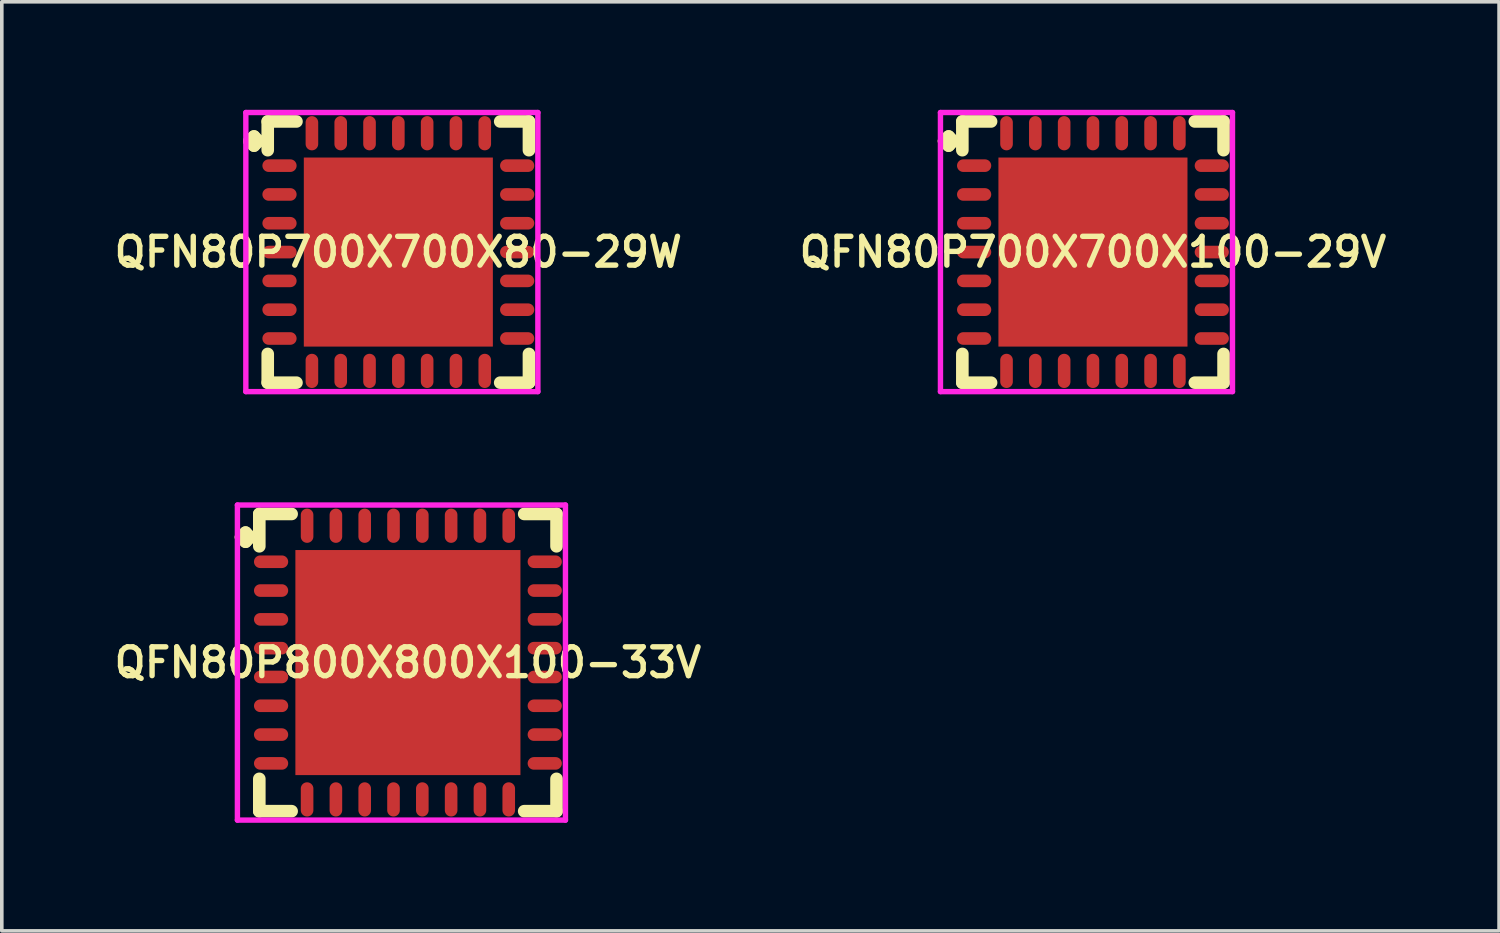
<source format=kicad_pcb>
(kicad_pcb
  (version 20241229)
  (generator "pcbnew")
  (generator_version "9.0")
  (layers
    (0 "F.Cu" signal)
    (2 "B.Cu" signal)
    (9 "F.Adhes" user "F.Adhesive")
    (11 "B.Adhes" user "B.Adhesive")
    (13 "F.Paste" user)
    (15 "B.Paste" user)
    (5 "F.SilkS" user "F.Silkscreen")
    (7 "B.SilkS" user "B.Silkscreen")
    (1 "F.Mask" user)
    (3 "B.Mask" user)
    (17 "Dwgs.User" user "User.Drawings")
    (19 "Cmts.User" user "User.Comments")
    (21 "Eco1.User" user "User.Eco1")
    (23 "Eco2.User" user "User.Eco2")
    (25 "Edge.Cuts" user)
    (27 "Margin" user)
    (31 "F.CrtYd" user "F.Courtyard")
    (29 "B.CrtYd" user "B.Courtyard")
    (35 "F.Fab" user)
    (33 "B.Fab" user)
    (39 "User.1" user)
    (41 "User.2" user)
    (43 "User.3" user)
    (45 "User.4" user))
  (footprint "QFN80P700X700X80-29W"
    (layer "F.Cu")
    (at 8.012 3.95)
    (property "Reference" "QFN80P700X700X80-29W" (at 0 0 0) (layer "F.SilkS") (effects (font (size 0.8 0.8) (thickness 0.15))))
    (attr smd)
    (fp_line (start -4.135 -3.083) (end -4.008 -3.21) (stroke (width 0.35) (type solid)) (layer "F.SilkS"))
    (fp_line (start -4.008 -3.21) (end -3.881 -3.083) (stroke (width 0.35) (type solid)) (layer "F.SilkS"))
    (fp_line (start -4.008 -2.956) (end -4.135 -3.083) (stroke (width 0.35) (type solid)) (layer "F.SilkS"))
    (fp_line (start -3.881 -3.083) (end -4.008 -2.956) (stroke (width 0.35) (type solid)) (layer "F.SilkS"))
    (fp_line (start -3.627 -3.627) (end -2.829 -3.627) (stroke (width 0.35) (type solid)) (layer "F.SilkS"))
    (fp_line (start -3.627 -2.829) (end -3.627 -3.627) (stroke (width 0.35) (type solid)) (layer "F.SilkS"))
    (fp_line (start -3.627 2.829) (end -3.627 3.627) (stroke (width 0.35) (type solid)) (layer "F.SilkS"))
    (fp_line (start -3.627 3.627) (end -2.829 3.627) (stroke (width 0.35) (type solid)) (layer "F.SilkS"))
    (fp_line (start 2.829 -3.627) (end 3.627 -3.627) (stroke (width 0.35) (type solid)) (layer "F.SilkS"))
    (fp_line (start 2.829 3.627) (end 3.627 3.627) (stroke (width 0.35) (type solid)) (layer "F.SilkS"))
    (fp_line (start 3.627 -3.627) (end 3.627 -2.829) (stroke (width 0.35) (type solid)) (layer "F.SilkS"))
    (fp_line (start 3.627 3.627) (end 3.627 2.829) (stroke (width 0.35) (type solid)) (layer "F.SilkS"))
    (fp_line (start -4.235 -3.875) (end 3.875 -3.875) (stroke (width 0.15) (type solid)) (layer "F.CrtYd"))
    (fp_line (start -4.235 3.875) (end -4.235 -3.875) (stroke (width 0.15) (type solid)) (layer "F.CrtYd"))
    (fp_line (start 3.875 -3.875) (end 3.875 3.875) (stroke (width 0.15) (type solid)) (layer "F.CrtYd"))
    (fp_line (start 3.875 3.875) (end -4.235 3.875) (stroke (width 0.15) (type solid)) (layer "F.CrtYd"))
    (pad "1" smd oval (at -3.3 -2.4) (size 0.95 0.35) (layers "F.Cu" "F.Mask" "F.Paste"))
    (pad "2" smd oval (at -3.3 -1.6) (size 0.95 0.35) (layers "F.Cu" "F.Mask" "F.Paste"))
    (pad "3" smd oval (at -3.3 -0.8) (size 0.95 0.35) (layers "F.Cu" "F.Mask" "F.Paste"))
    (pad "4" smd oval (at -3.3 0) (size 0.95 0.35) (layers "F.Cu" "F.Mask" "F.Paste"))
    (pad "5" smd oval (at -3.3 0.8) (size 0.95 0.35) (layers "F.Cu" "F.Mask" "F.Paste"))
    (pad "6" smd oval (at -3.3 1.6) (size 0.95 0.35) (layers "F.Cu" "F.Mask" "F.Paste"))
    (pad "7" smd oval (at -3.3 2.4) (size 0.95 0.35) (layers "F.Cu" "F.Mask" "F.Paste"))
    (pad "8" smd oval (at -2.4 3.3) (size 0.35 0.95) (layers "F.Cu" "F.Mask" "F.Paste"))
    (pad "9" smd oval (at -1.6 3.3) (size 0.35 0.95) (layers "F.Cu" "F.Mask" "F.Paste"))
    (pad "10" smd oval (at -0.8 3.3) (size 0.35 0.95) (layers "F.Cu" "F.Mask" "F.Paste"))
    (pad "11" smd oval (at 0 3.3) (size 0.35 0.95) (layers "F.Cu" "F.Mask" "F.Paste"))
    (pad "12" smd oval (at 0.8 3.3) (size 0.35 0.95) (layers "F.Cu" "F.Mask" "F.Paste"))
    (pad "13" smd oval (at 1.6 3.3) (size 0.35 0.95) (layers "F.Cu" "F.Mask" "F.Paste"))
    (pad "14" smd oval (at 2.4 3.3) (size 0.35 0.95) (layers "F.Cu" "F.Mask" "F.Paste"))
    (pad "15" smd oval (at 3.3 2.4) (size 0.95 0.35) (layers "F.Cu" "F.Mask" "F.Paste"))
    (pad "16" smd oval (at 3.3 1.6) (size 0.95 0.35) (layers "F.Cu" "F.Mask" "F.Paste"))
    (pad "17" smd oval (at 3.3 0.8) (size 0.95 0.35) (layers "F.Cu" "F.Mask" "F.Paste"))
    (pad "18" smd oval (at 3.3 0) (size 0.95 0.35) (layers "F.Cu" "F.Mask" "F.Paste"))
    (pad "19" smd oval (at 3.3 -0.8) (size 0.95 0.35) (layers "F.Cu" "F.Mask" "F.Paste"))
    (pad "20" smd oval (at 3.3 -1.6) (size 0.95 0.35) (layers "F.Cu" "F.Mask" "F.Paste"))
    (pad "21" smd oval (at 3.3 -2.4) (size 0.95 0.35) (layers "F.Cu" "F.Mask" "F.Paste"))
    (pad "22" smd oval (at 2.4 -3.3) (size 0.35 0.95) (layers "F.Cu" "F.Mask" "F.Paste"))
    (pad "23" smd oval (at 1.6 -3.3) (size 0.35 0.95) (layers "F.Cu" "F.Mask" "F.Paste"))
    (pad "24" smd oval (at 0.8 -3.3) (size 0.35 0.95) (layers "F.Cu" "F.Mask" "F.Paste"))
    (pad "25" smd oval (at 0 -3.3) (size 0.35 0.95) (layers "F.Cu" "F.Mask" "F.Paste"))
    (pad "26" smd oval (at -0.8 -3.3) (size 0.35 0.95) (layers "F.Cu" "F.Mask" "F.Paste"))
    (pad "27" smd oval (at -1.6 -3.3) (size 0.35 0.95) (layers "F.Cu" "F.Mask" "F.Paste"))
    (pad "28" smd oval (at -2.4 -3.3) (size 0.35 0.95) (layers "F.Cu" "F.Mask" "F.Paste"))
    (pad "29" smd rect (at 0 0) (size 5.25 5.25) (layers "F.Cu" "F.Mask" "F.Paste")))
  (footprint "QFN80P800X800X100-33V"
    (layer "F.Cu")
    (at 8.278 15.35)
    (property "Reference" "QFN80P800X800X100-33V" (at 0 0 0) (layer "F.SilkS") (effects (font (size 0.8 0.8) (thickness 0.15))))
    (attr smd)
    (fp_line (start -4.635 -3.483) (end -4.508 -3.61) (stroke (width 0.35) (type solid)) (layer "F.SilkS"))
    (fp_line (start -4.508 -3.61) (end -4.381 -3.483) (stroke (width 0.35) (type solid)) (layer "F.SilkS"))
    (fp_line (start -4.508 -3.356) (end -4.635 -3.483) (stroke (width 0.35) (type solid)) (layer "F.SilkS"))
    (fp_line (start -4.381 -3.483) (end -4.508 -3.356) (stroke (width 0.35) (type solid)) (layer "F.SilkS"))
    (fp_line (start -4.127 -4.127) (end -3.229 -4.127) (stroke (width 0.35) (type solid)) (layer "F.SilkS"))
    (fp_line (start -4.127 -3.229) (end -4.127 -4.127) (stroke (width 0.35) (type solid)) (layer "F.SilkS"))
    (fp_line (start -4.127 3.229) (end -4.127 4.127) (stroke (width 0.35) (type solid)) (layer "F.SilkS"))
    (fp_line (start -4.127 4.127) (end -3.229 4.127) (stroke (width 0.35) (type solid)) (layer "F.SilkS"))
    (fp_line (start 3.229 -4.127) (end 4.127 -4.127) (stroke (width 0.35) (type solid)) (layer "F.SilkS"))
    (fp_line (start 3.229 4.127) (end 4.127 4.127) (stroke (width 0.35) (type solid)) (layer "F.SilkS"))
    (fp_line (start 4.127 -4.127) (end 4.127 -3.229) (stroke (width 0.35) (type solid)) (layer "F.SilkS"))
    (fp_line (start 4.127 4.127) (end 4.127 3.229) (stroke (width 0.35) (type solid)) (layer "F.SilkS"))
    (fp_line (start -4.735 -4.375) (end 4.375 -4.375) (stroke (width 0.15) (type solid)) (layer "F.CrtYd"))
    (fp_line (start -4.735 4.375) (end -4.735 -4.375) (stroke (width 0.15) (type solid)) (layer "F.CrtYd"))
    (fp_line (start 4.375 -4.375) (end 4.375 4.375) (stroke (width 0.15) (type solid)) (layer "F.CrtYd"))
    (fp_line (start 4.375 4.375) (end -4.735 4.375) (stroke (width 0.15) (type solid)) (layer "F.CrtYd"))
    (pad "1" smd oval (at -3.8 -2.8) (size 0.95 0.35) (layers "F.Cu" "F.Mask" "F.Paste"))
    (pad "2" smd oval (at -3.8 -2) (size 0.95 0.35) (layers "F.Cu" "F.Mask" "F.Paste"))
    (pad "3" smd oval (at -3.8 -1.2) (size 0.95 0.35) (layers "F.Cu" "F.Mask" "F.Paste"))
    (pad "4" smd oval (at -3.8 -0.4) (size 0.95 0.35) (layers "F.Cu" "F.Mask" "F.Paste"))
    (pad "5" smd oval (at -3.8 0.4) (size 0.95 0.35) (layers "F.Cu" "F.Mask" "F.Paste"))
    (pad "6" smd oval (at -3.8 1.2) (size 0.95 0.35) (layers "F.Cu" "F.Mask" "F.Paste"))
    (pad "7" smd oval (at -3.8 2) (size 0.95 0.35) (layers "F.Cu" "F.Mask" "F.Paste"))
    (pad "8" smd oval (at -3.8 2.8) (size 0.95 0.35) (layers "F.Cu" "F.Mask" "F.Paste"))
    (pad "9" smd oval (at -2.8 3.8) (size 0.35 0.95) (layers "F.Cu" "F.Mask" "F.Paste"))
    (pad "10" smd oval (at -2 3.8) (size 0.35 0.95) (layers "F.Cu" "F.Mask" "F.Paste"))
    (pad "11" smd oval (at -1.2 3.8) (size 0.35 0.95) (layers "F.Cu" "F.Mask" "F.Paste"))
    (pad "12" smd oval (at -0.4 3.8) (size 0.35 0.95) (layers "F.Cu" "F.Mask" "F.Paste"))
    (pad "13" smd oval (at 0.4 3.8) (size 0.35 0.95) (layers "F.Cu" "F.Mask" "F.Paste"))
    (pad "14" smd oval (at 1.2 3.8) (size 0.35 0.95) (layers "F.Cu" "F.Mask" "F.Paste"))
    (pad "15" smd oval (at 2 3.8) (size 0.35 0.95) (layers "F.Cu" "F.Mask" "F.Paste"))
    (pad "16" smd oval (at 2.8 3.8) (size 0.35 0.95) (layers "F.Cu" "F.Mask" "F.Paste"))
    (pad "17" smd oval (at 3.8 2.8) (size 0.95 0.35) (layers "F.Cu" "F.Mask" "F.Paste"))
    (pad "18" smd oval (at 3.8 2) (size 0.95 0.35) (layers "F.Cu" "F.Mask" "F.Paste"))
    (pad "19" smd oval (at 3.8 1.2) (size 0.95 0.35) (layers "F.Cu" "F.Mask" "F.Paste"))
    (pad "20" smd oval (at 3.8 0.4) (size 0.95 0.35) (layers "F.Cu" "F.Mask" "F.Paste"))
    (pad "21" smd oval (at 3.8 -0.4) (size 0.95 0.35) (layers "F.Cu" "F.Mask" "F.Paste"))
    (pad "22" smd oval (at 3.8 -1.2) (size 0.95 0.35) (layers "F.Cu" "F.Mask" "F.Paste"))
    (pad "23" smd oval (at 3.8 -2) (size 0.95 0.35) (layers "F.Cu" "F.Mask" "F.Paste"))
    (pad "24" smd oval (at 3.8 -2.8) (size 0.95 0.35) (layers "F.Cu" "F.Mask" "F.Paste"))
    (pad "25" smd oval (at 2.8 -3.8) (size 0.35 0.95) (layers "F.Cu" "F.Mask" "F.Paste"))
    (pad "26" smd oval (at 2 -3.8) (size 0.35 0.95) (layers "F.Cu" "F.Mask" "F.Paste"))
    (pad "27" smd oval (at 1.2 -3.8) (size 0.35 0.95) (layers "F.Cu" "F.Mask" "F.Paste"))
    (pad "28" smd oval (at 0.4 -3.8) (size 0.35 0.95) (layers "F.Cu" "F.Mask" "F.Paste"))
    (pad "29" smd oval (at -0.4 -3.8) (size 0.35 0.95) (layers "F.Cu" "F.Mask" "F.Paste"))
    (pad "30" smd oval (at -1.2 -3.8) (size 0.35 0.95) (layers "F.Cu" "F.Mask" "F.Paste"))
    (pad "31" smd oval (at -2 -3.8) (size 0.35 0.95) (layers "F.Cu" "F.Mask" "F.Paste"))
    (pad "32" smd oval (at -2.8 -3.8) (size 0.35 0.95) (layers "F.Cu" "F.Mask" "F.Paste"))
    (pad "33" smd rect (at 0 0) (size 6.25 6.25) (layers "F.Cu" "F.Mask" "F.Paste")))
  (footprint "QFN80P700X700X100-29V"
    (layer "F.Cu")
    (at 27.302 3.95)
    (property "Reference" "QFN80P700X700X100-29V" (at 0 0 0) (layer "F.SilkS") (effects (font (size 0.8 0.8) (thickness 0.15))))
    (attr smd)
    (fp_line (start -4.135 -3.083) (end -4.008 -3.21) (stroke (width 0.35) (type solid)) (layer "F.SilkS"))
    (fp_line (start -4.008 -3.21) (end -3.881 -3.083) (stroke (width 0.35) (type solid)) (layer "F.SilkS"))
    (fp_line (start -4.008 -2.956) (end -4.135 -3.083) (stroke (width 0.35) (type solid)) (layer "F.SilkS"))
    (fp_line (start -3.881 -3.083) (end -4.008 -2.956) (stroke (width 0.35) (type solid)) (layer "F.SilkS"))
    (fp_line (start -3.627 -3.627) (end -2.829 -3.627) (stroke (width 0.35) (type solid)) (layer "F.SilkS"))
    (fp_line (start -3.627 -2.829) (end -3.627 -3.627) (stroke (width 0.35) (type solid)) (layer "F.SilkS"))
    (fp_line (start -3.627 2.829) (end -3.627 3.627) (stroke (width 0.35) (type solid)) (layer "F.SilkS"))
    (fp_line (start -3.627 3.627) (end -2.829 3.627) (stroke (width 0.35) (type solid)) (layer "F.SilkS"))
    (fp_line (start 2.829 -3.627) (end 3.627 -3.627) (stroke (width 0.35) (type solid)) (layer "F.SilkS"))
    (fp_line (start 2.829 3.627) (end 3.627 3.627) (stroke (width 0.35) (type solid)) (layer "F.SilkS"))
    (fp_line (start 3.627 -3.627) (end 3.627 -2.829) (stroke (width 0.35) (type solid)) (layer "F.SilkS"))
    (fp_line (start 3.627 3.627) (end 3.627 2.829) (stroke (width 0.35) (type solid)) (layer "F.SilkS"))
    (fp_line (start -4.235 -3.875) (end 3.875 -3.875) (stroke (width 0.15) (type solid)) (layer "F.CrtYd"))
    (fp_line (start -4.235 3.875) (end -4.235 -3.875) (stroke (width 0.15) (type solid)) (layer "F.CrtYd"))
    (fp_line (start 3.875 -3.875) (end 3.875 3.875) (stroke (width 0.15) (type solid)) (layer "F.CrtYd"))
    (fp_line (start 3.875 3.875) (end -4.235 3.875) (stroke (width 0.15) (type solid)) (layer "F.CrtYd"))
    (pad "1" smd oval (at -3.3 -2.4) (size 0.95 0.35) (layers "F.Cu" "F.Mask" "F.Paste"))
    (pad "2" smd oval (at -3.3 -1.6) (size 0.95 0.35) (layers "F.Cu" "F.Mask" "F.Paste"))
    (pad "3" smd oval (at -3.3 -0.8) (size 0.95 0.35) (layers "F.Cu" "F.Mask" "F.Paste"))
    (pad "4" smd oval (at -3.3 0) (size 0.95 0.35) (layers "F.Cu" "F.Mask" "F.Paste"))
    (pad "5" smd oval (at -3.3 0.8) (size 0.95 0.35) (layers "F.Cu" "F.Mask" "F.Paste"))
    (pad "6" smd oval (at -3.3 1.6) (size 0.95 0.35) (layers "F.Cu" "F.Mask" "F.Paste"))
    (pad "7" smd oval (at -3.3 2.4) (size 0.95 0.35) (layers "F.Cu" "F.Mask" "F.Paste"))
    (pad "8" smd oval (at -2.4 3.3) (size 0.35 0.95) (layers "F.Cu" "F.Mask" "F.Paste"))
    (pad "9" smd oval (at -1.6 3.3) (size 0.35 0.95) (layers "F.Cu" "F.Mask" "F.Paste"))
    (pad "10" smd oval (at -0.8 3.3) (size 0.35 0.95) (layers "F.Cu" "F.Mask" "F.Paste"))
    (pad "11" smd oval (at 0 3.3) (size 0.35 0.95) (layers "F.Cu" "F.Mask" "F.Paste"))
    (pad "12" smd oval (at 0.8 3.3) (size 0.35 0.95) (layers "F.Cu" "F.Mask" "F.Paste"))
    (pad "13" smd oval (at 1.6 3.3) (size 0.35 0.95) (layers "F.Cu" "F.Mask" "F.Paste"))
    (pad "14" smd oval (at 2.4 3.3) (size 0.35 0.95) (layers "F.Cu" "F.Mask" "F.Paste"))
    (pad "15" smd oval (at 3.3 2.4) (size 0.95 0.35) (layers "F.Cu" "F.Mask" "F.Paste"))
    (pad "16" smd oval (at 3.3 1.6) (size 0.95 0.35) (layers "F.Cu" "F.Mask" "F.Paste"))
    (pad "17" smd oval (at 3.3 0.8) (size 0.95 0.35) (layers "F.Cu" "F.Mask" "F.Paste"))
    (pad "18" smd oval (at 3.3 0) (size 0.95 0.35) (layers "F.Cu" "F.Mask" "F.Paste"))
    (pad "19" smd oval (at 3.3 -0.8) (size 0.95 0.35) (layers "F.Cu" "F.Mask" "F.Paste"))
    (pad "20" smd oval (at 3.3 -1.6) (size 0.95 0.35) (layers "F.Cu" "F.Mask" "F.Paste"))
    (pad "21" smd oval (at 3.3 -2.4) (size 0.95 0.35) (layers "F.Cu" "F.Mask" "F.Paste"))
    (pad "22" smd oval (at 2.4 -3.3) (size 0.35 0.95) (layers "F.Cu" "F.Mask" "F.Paste"))
    (pad "23" smd oval (at 1.6 -3.3) (size 0.35 0.95) (layers "F.Cu" "F.Mask" "F.Paste"))
    (pad "24" smd oval (at 0.8 -3.3) (size 0.35 0.95) (layers "F.Cu" "F.Mask" "F.Paste"))
    (pad "25" smd oval (at 0 -3.3) (size 0.35 0.95) (layers "F.Cu" "F.Mask" "F.Paste"))
    (pad "26" smd oval (at -0.8 -3.3) (size 0.35 0.95) (layers "F.Cu" "F.Mask" "F.Paste"))
    (pad "27" smd oval (at -1.6 -3.3) (size 0.35 0.95) (layers "F.Cu" "F.Mask" "F.Paste"))
    (pad "28" smd oval (at -2.4 -3.3) (size 0.35 0.95) (layers "F.Cu" "F.Mask" "F.Paste"))
    (pad "29" smd rect (at 0 0) (size 5.25 5.25) (layers "F.Cu" "F.Mask" "F.Paste")))
  (gr_rect
    (start -3 -3)
    (end 38.58 22.8)
    (stroke (width 0.1) (type default))
    (fill no)
    (layer "Edge.Cuts")))
</source>
